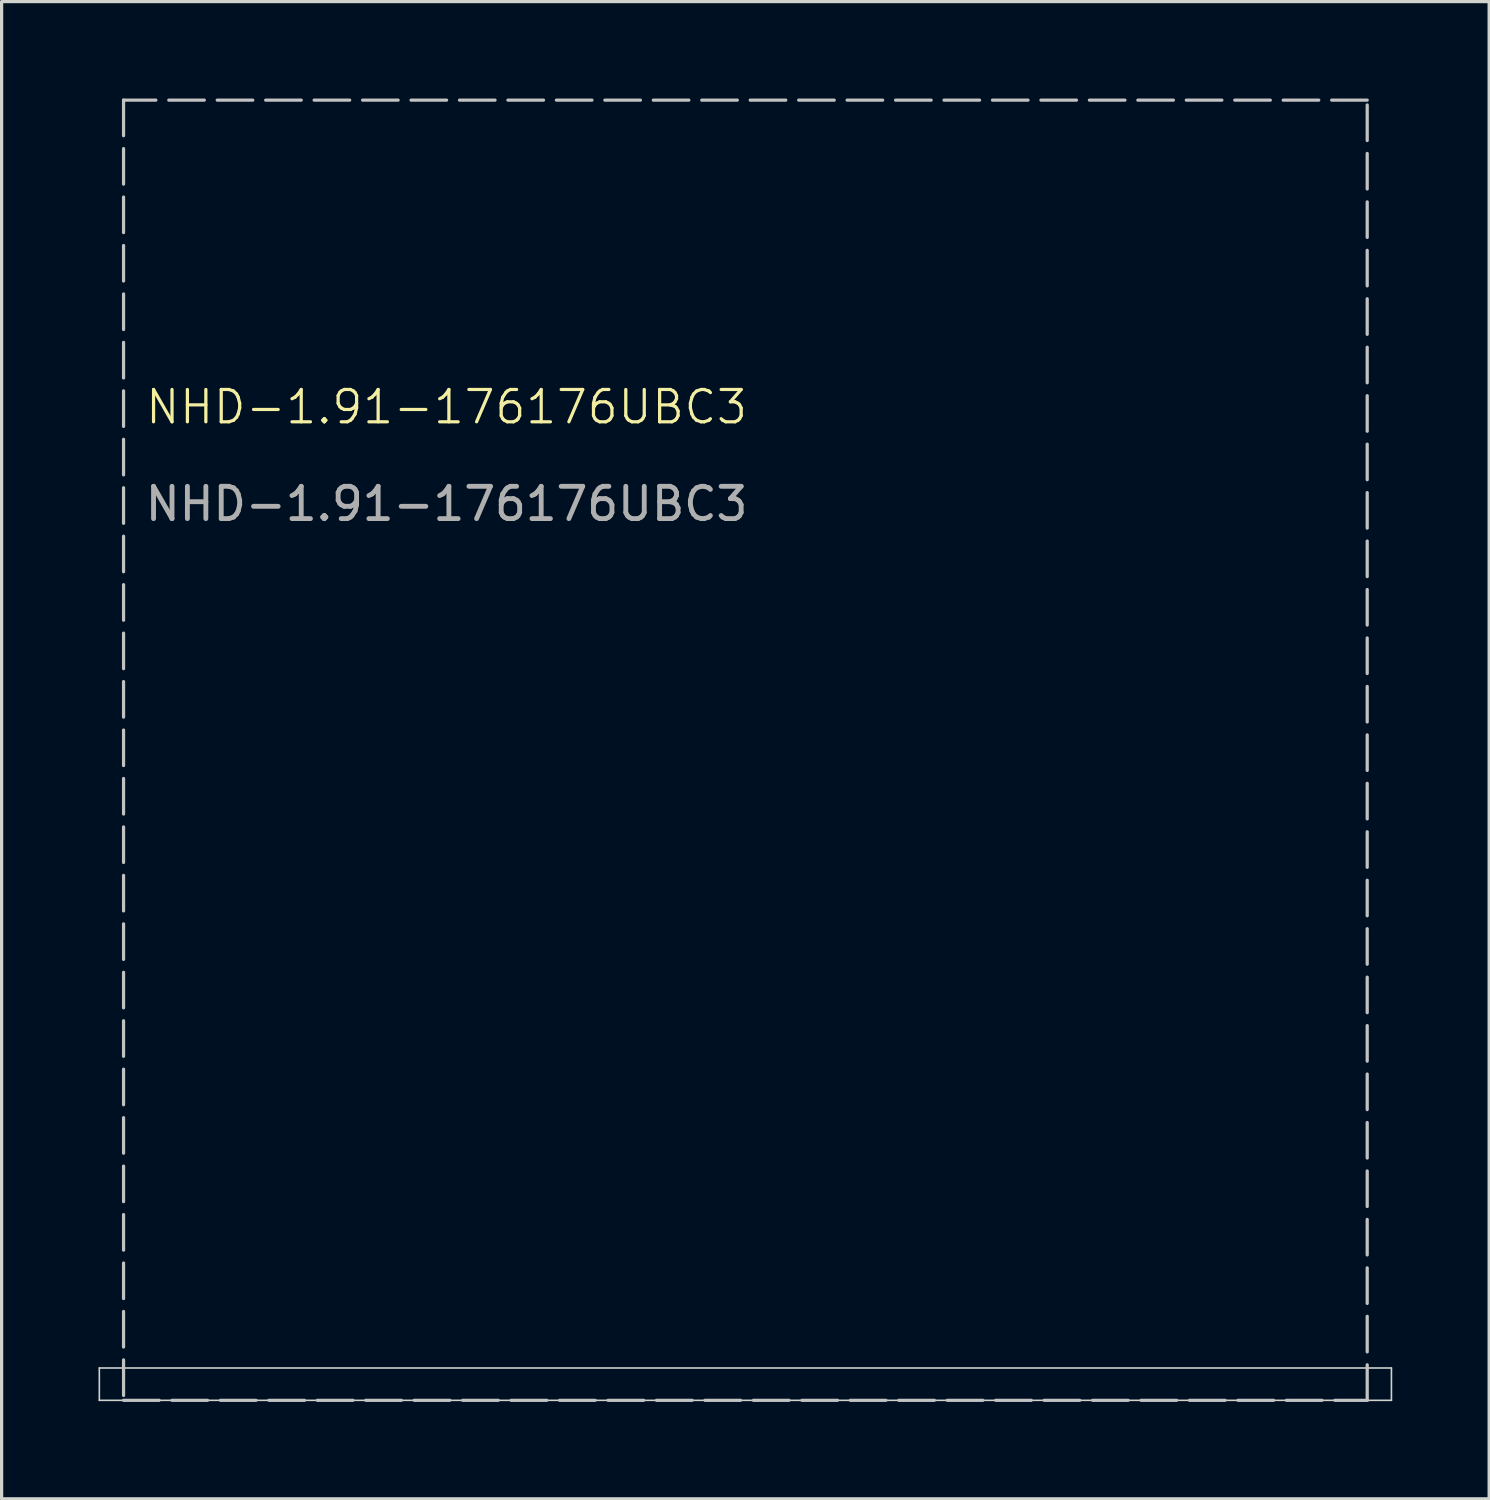
<source format=kicad_pcb>
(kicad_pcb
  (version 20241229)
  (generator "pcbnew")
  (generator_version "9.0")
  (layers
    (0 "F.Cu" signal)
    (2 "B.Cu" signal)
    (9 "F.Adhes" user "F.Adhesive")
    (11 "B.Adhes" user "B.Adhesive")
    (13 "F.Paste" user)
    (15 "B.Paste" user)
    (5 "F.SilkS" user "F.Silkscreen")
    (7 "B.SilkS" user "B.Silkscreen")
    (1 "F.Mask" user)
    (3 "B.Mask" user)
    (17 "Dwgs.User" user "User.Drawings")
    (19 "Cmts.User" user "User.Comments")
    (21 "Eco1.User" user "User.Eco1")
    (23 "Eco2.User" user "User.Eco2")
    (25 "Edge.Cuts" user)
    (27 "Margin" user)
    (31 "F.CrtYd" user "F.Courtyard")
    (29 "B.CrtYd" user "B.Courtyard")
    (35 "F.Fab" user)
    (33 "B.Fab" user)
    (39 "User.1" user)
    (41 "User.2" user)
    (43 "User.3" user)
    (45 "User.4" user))
  (footprint "NHD-1.91-176176UBC3"
    (layer "F.Cu")
    (at 10.775 10.05)
    (property "Reference" "NHD-1.91-176176UBC3" (at 0 -0.5 0) (unlocked yes) (layer "F.SilkS") (effects (font (size 1 1) (thickness 0.1))))
    (fp_line (start -10 -10) (end -10 30.25) (stroke (width 0.1) (type dash)) (layer "Dwgs.User"))
    (fp_line (start -10 30.25) (end 28.5 30.25) (stroke (width 0.1) (type dash)) (layer "Dwgs.User"))
    (fp_line (start 28.5 -10) (end -10 -10) (stroke (width 0.1) (type dash)) (layer "Dwgs.User"))
    (fp_line (start 28.5 30.25) (end 28.5 -10) (stroke (width 0.1) (type dash)) (layer "Dwgs.User"))
    (fp_line (start -10.75 29.25) (end -10.75 30.25) (stroke (width 0.05) (type default)) (layer "Edge.Cuts"))
    (fp_line (start -10.75 30.25) (end 29.25 30.25) (stroke (width 0.05) (type default)) (layer "Edge.Cuts"))
    (fp_line (start 29.25 29.25) (end -10.75 29.25) (stroke (width 0.05) (type default)) (layer "Edge.Cuts"))
    (fp_line (start 29.25 30.25) (end 29.25 29.25) (stroke (width 0.05) (type default)) (layer "Edge.Cuts"))
    (fp_text user "${REFERENCE}" (at 0 2.5 0) (unlocked yes) (layer "F.Fab") (effects (font (size 1 1) (thickness 0.15)))))
  (gr_rect
    (start -3 -3)
    (end 43.05 43.35)
    (stroke (width 0.1) (type default))
    (fill no)
    (layer "Edge.Cuts")))
</source>
